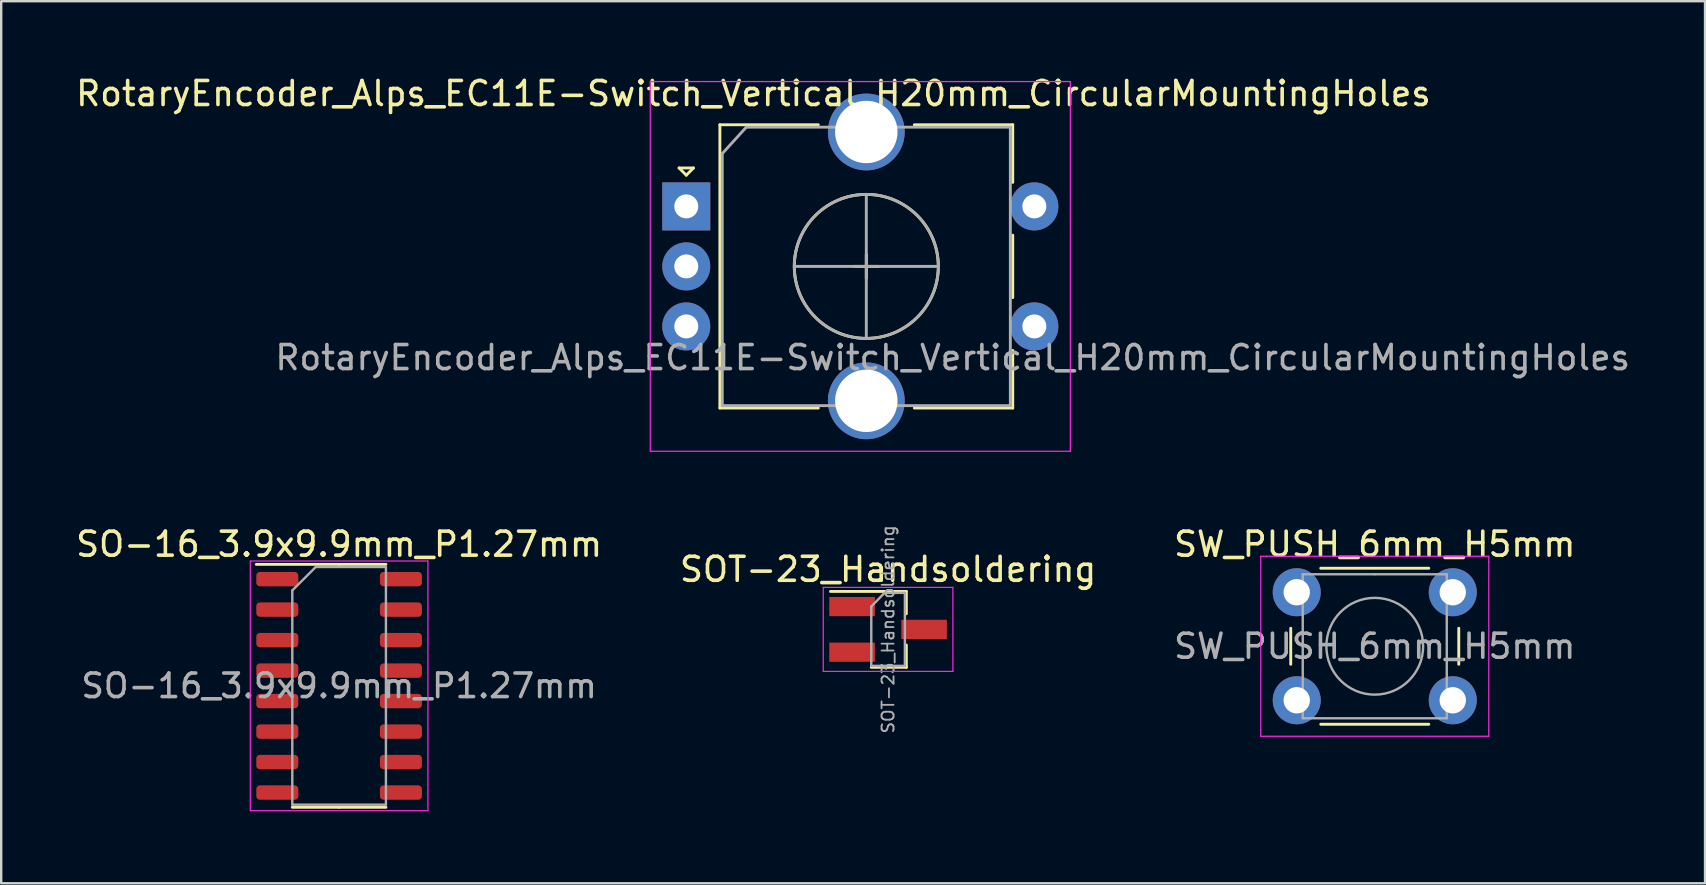
<source format=kicad_pcb>
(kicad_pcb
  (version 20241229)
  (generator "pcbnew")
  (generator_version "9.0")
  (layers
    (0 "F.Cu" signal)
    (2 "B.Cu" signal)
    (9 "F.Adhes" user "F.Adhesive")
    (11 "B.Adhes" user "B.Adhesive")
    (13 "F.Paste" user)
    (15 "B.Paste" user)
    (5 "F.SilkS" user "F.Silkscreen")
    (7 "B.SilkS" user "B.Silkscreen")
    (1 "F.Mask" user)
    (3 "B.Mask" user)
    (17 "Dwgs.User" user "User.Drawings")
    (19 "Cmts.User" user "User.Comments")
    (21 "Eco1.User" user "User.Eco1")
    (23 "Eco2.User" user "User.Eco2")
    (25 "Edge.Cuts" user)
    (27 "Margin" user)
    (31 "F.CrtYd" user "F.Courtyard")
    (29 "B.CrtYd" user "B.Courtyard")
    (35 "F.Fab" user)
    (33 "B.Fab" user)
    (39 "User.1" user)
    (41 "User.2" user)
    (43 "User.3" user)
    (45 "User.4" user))
  (footprint "SOT-23_Handsoldering"
    (layer "F.Cu")
    (at 33.946 23.169)
    (property "Reference" "SOT-23_Handsoldering" (at 0 -2.5 0) (layer "F.SilkS") (effects (font (size 1 1) (thickness 0.15))))
    (attr smd)
    (fp_line (start 0.76 -1.58) (end -2.4 -1.58) (stroke (width 0.12) (type solid)) (layer "F.SilkS"))
    (fp_line (start 0.76 -1.58) (end 0.76 -0.65) (stroke (width 0.12) (type solid)) (layer "F.SilkS"))
    (fp_line (start 0.76 1.58) (end -0.7 1.58) (stroke (width 0.12) (type solid)) (layer "F.SilkS"))
    (fp_line (start 0.76 1.58) (end 0.76 0.65) (stroke (width 0.12) (type solid)) (layer "F.SilkS"))
    (fp_line (start -2.7 -1.75) (end 2.7 -1.75) (stroke (width 0.05) (type solid)) (layer "F.CrtYd"))
    (fp_line (start -2.7 1.75) (end -2.7 -1.75) (stroke (width 0.05) (type solid)) (layer "F.CrtYd"))
    (fp_line (start 2.7 -1.75) (end 2.7 1.75) (stroke (width 0.05) (type solid)) (layer "F.CrtYd"))
    (fp_line (start 2.7 1.75) (end -2.7 1.75) (stroke (width 0.05) (type solid)) (layer "F.CrtYd"))
    (fp_line (start -0.7 -0.95) (end -0.7 1.5) (stroke (width 0.1) (type solid)) (layer "F.Fab"))
    (fp_line (start -0.7 -0.95) (end -0.15 -1.52) (stroke (width 0.1) (type solid)) (layer "F.Fab"))
    (fp_line (start -0.7 1.52) (end 0.7 1.52) (stroke (width 0.1) (type solid)) (layer "F.Fab"))
    (fp_line (start -0.15 -1.52) (end 0.7 -1.52) (stroke (width 0.1) (type solid)) (layer "F.Fab"))
    (fp_line (start 0.7 -1.52) (end 0.7 1.52) (stroke (width 0.1) (type solid)) (layer "F.Fab"))
    (fp_text user "${REFERENCE}" (at 0 0 90) (layer "F.Fab") (effects (font (size 0.5 0.5) (thickness 0.075))))
    (pad "1" smd rect (at -1.5 -0.95) (size 1.9 0.8) (layers "F.Cu" "F.Mask" "F.Paste"))
    (pad "2" smd rect (at -1.5 0.95) (size 1.9 0.8) (layers "F.Cu" "F.Mask" "F.Paste"))
    (pad "3" smd rect (at 1.5 0) (size 1.9 0.8) (layers "F.Cu" "F.Mask" "F.Paste")))
  (footprint "SO-16_3.9x9.9mm_P1.27mm"
    (layer "F.Cu")
    (at 11.077 25.521)
    (property "Reference" "SO-16_3.9x9.9mm_P1.27mm" (at 0 -5.9 0) (layer "F.SilkS") (effects (font (size 1 1) (thickness 0.15))))
    (attr smd)
    (fp_line (start 0 -5.06) (end -3.45 -5.06) (stroke (width 0.12) (type solid)) (layer "F.SilkS"))
    (fp_line (start 0 -5.06) (end 1.95 -5.06) (stroke (width 0.12) (type solid)) (layer "F.SilkS"))
    (fp_line (start 0 5.06) (end -1.95 5.06) (stroke (width 0.12) (type solid)) (layer "F.SilkS"))
    (fp_line (start 0 5.06) (end 1.95 5.06) (stroke (width 0.12) (type solid)) (layer "F.SilkS"))
    (fp_line (start -3.7 -5.2) (end -3.7 5.2) (stroke (width 0.05) (type solid)) (layer "F.CrtYd"))
    (fp_line (start -3.7 5.2) (end 3.7 5.2) (stroke (width 0.05) (type solid)) (layer "F.CrtYd"))
    (fp_line (start 3.7 -5.2) (end -3.7 -5.2) (stroke (width 0.05) (type solid)) (layer "F.CrtYd"))
    (fp_line (start 3.7 5.2) (end 3.7 -5.2) (stroke (width 0.05) (type solid)) (layer "F.CrtYd"))
    (fp_line (start -1.95 -3.975) (end -0.975 -4.95) (stroke (width 0.1) (type solid)) (layer "F.Fab"))
    (fp_line (start -1.95 4.95) (end -1.95 -3.975) (stroke (width 0.1) (type solid)) (layer "F.Fab"))
    (fp_line (start -0.975 -4.95) (end 1.95 -4.95) (stroke (width 0.1) (type solid)) (layer "F.Fab"))
    (fp_line (start 1.95 -4.95) (end 1.95 4.95) (stroke (width 0.1) (type solid)) (layer "F.Fab"))
    (fp_line (start 1.95 4.95) (end -1.95 4.95) (stroke (width 0.1) (type solid)) (layer "F.Fab"))
    (fp_text user "${REFERENCE}" (at 0 0 0) (layer "F.Fab") (effects (font (size 0.98 0.98) (thickness 0.15))))
    (pad "1" smd roundrect (at -2.575 -4.445) (size 1.75 0.6) (layers "F.Cu" "F.Mask" "F.Paste") (roundrect_rratio 0.25))
    (pad "2" smd roundrect (at -2.575 -3.175) (size 1.75 0.6) (layers "F.Cu" "F.Mask" "F.Paste") (roundrect_rratio 0.25))
    (pad "3" smd roundrect (at -2.575 -1.905) (size 1.75 0.6) (layers "F.Cu" "F.Mask" "F.Paste") (roundrect_rratio 0.25))
    (pad "4" smd roundrect (at -2.575 -0.635) (size 1.75 0.6) (layers "F.Cu" "F.Mask" "F.Paste") (roundrect_rratio 0.25))
    (pad "5" smd roundrect (at -2.575 0.635) (size 1.75 0.6) (layers "F.Cu" "F.Mask" "F.Paste") (roundrect_rratio 0.25))
    (pad "6" smd roundrect (at -2.575 1.905) (size 1.75 0.6) (layers "F.Cu" "F.Mask" "F.Paste") (roundrect_rratio 0.25))
    (pad "7" smd roundrect (at -2.575 3.175) (size 1.75 0.6) (layers "F.Cu" "F.Mask" "F.Paste") (roundrect_rratio 0.25))
    (pad "8" smd roundrect (at -2.575 4.445) (size 1.75 0.6) (layers "F.Cu" "F.Mask" "F.Paste") (roundrect_rratio 0.25))
    (pad "9" smd roundrect (at 2.575 4.445) (size 1.75 0.6) (layers "F.Cu" "F.Mask" "F.Paste") (roundrect_rratio 0.25))
    (pad "10" smd roundrect (at 2.575 3.175) (size 1.75 0.6) (layers "F.Cu" "F.Mask" "F.Paste") (roundrect_rratio 0.25))
    (pad "11" smd roundrect (at 2.575 1.905) (size 1.75 0.6) (layers "F.Cu" "F.Mask" "F.Paste") (roundrect_rratio 0.25))
    (pad "12" smd roundrect (at 2.575 0.635) (size 1.75 0.6) (layers "F.Cu" "F.Mask" "F.Paste") (roundrect_rratio 0.25))
    (pad "13" smd roundrect (at 2.575 -0.635) (size 1.75 0.6) (layers "F.Cu" "F.Mask" "F.Paste") (roundrect_rratio 0.25))
    (pad "14" smd roundrect (at 2.575 -1.905) (size 1.75 0.6) (layers "F.Cu" "F.Mask" "F.Paste") (roundrect_rratio 0.25))
    (pad "15" smd roundrect (at 2.575 -3.175) (size 1.75 0.6) (layers "F.Cu" "F.Mask" "F.Paste") (roundrect_rratio 0.25))
    (pad "16" smd roundrect (at 2.575 -4.445) (size 1.75 0.6) (layers "F.Cu" "F.Mask" "F.Paste") (roundrect_rratio 0.25)))
  (footprint "SW_PUSH_6mm_H5mm"
    (layer "F.Cu")
    (at 50.97 21.622)
    (property "Reference" "SW_PUSH_6mm_H5mm" (at 3.25 -2 0) (layer "F.SilkS") (effects (font (size 1 1) (thickness 0.15))))
    (attr through_hole)
    (fp_line (start -0.25 1.5) (end -0.25 3) (stroke (width 0.12) (type solid)) (layer "F.SilkS"))
    (fp_line (start 1 5.5) (end 5.5 5.5) (stroke (width 0.12) (type solid)) (layer "F.SilkS"))
    (fp_line (start 5.5 -1) (end 1 -1) (stroke (width 0.12) (type solid)) (layer "F.SilkS"))
    (fp_line (start 6.75 3) (end 6.75 1.5) (stroke (width 0.12) (type solid)) (layer "F.SilkS"))
    (fp_line (start -1.5 -1.5) (end -1.25 -1.5) (stroke (width 0.05) (type solid)) (layer "F.CrtYd"))
    (fp_line (start -1.5 -1.25) (end -1.5 -1.5) (stroke (width 0.05) (type solid)) (layer "F.CrtYd"))
    (fp_line (start -1.5 5.75) (end -1.5 -1.25) (stroke (width 0.05) (type solid)) (layer "F.CrtYd"))
    (fp_line (start -1.5 5.75) (end -1.5 6) (stroke (width 0.05) (type solid)) (layer "F.CrtYd"))
    (fp_line (start -1.5 6) (end -1.25 6) (stroke (width 0.05) (type solid)) (layer "F.CrtYd"))
    (fp_line (start -1.25 -1.5) (end 7.75 -1.5) (stroke (width 0.05) (type solid)) (layer "F.CrtYd"))
    (fp_line (start 7.75 -1.5) (end 8 -1.5) (stroke (width 0.05) (type solid)) (layer "F.CrtYd"))
    (fp_line (start 7.75 6) (end -1.25 6) (stroke (width 0.05) (type solid)) (layer "F.CrtYd"))
    (fp_line (start 7.75 6) (end 8 6) (stroke (width 0.05) (type solid)) (layer "F.CrtYd"))
    (fp_line (start 8 -1.5) (end 8 -1.25) (stroke (width 0.05) (type solid)) (layer "F.CrtYd"))
    (fp_line (start 8 -1.25) (end 8 5.75) (stroke (width 0.05) (type solid)) (layer "F.CrtYd"))
    (fp_line (start 8 6) (end 8 5.75) (stroke (width 0.05) (type solid)) (layer "F.CrtYd"))
    (fp_line (start 0.25 -0.75) (end 3.25 -0.75) (stroke (width 0.1) (type solid)) (layer "F.Fab"))
    (fp_line (start 0.25 5.25) (end 0.25 -0.75) (stroke (width 0.1) (type solid)) (layer "F.Fab"))
    (fp_line (start 3.25 -0.75) (end 6.25 -0.75) (stroke (width 0.1) (type solid)) (layer "F.Fab"))
    (fp_line (start 6.25 -0.75) (end 6.25 5.25) (stroke (width 0.1) (type solid)) (layer "F.Fab"))
    (fp_line (start 6.25 5.25) (end 0.25 5.25) (stroke (width 0.1) (type solid)) (layer "F.Fab"))
    (fp_circle (center 3.25 2.25) (end 1.25 2.5) (stroke (width 0.1) (type solid)) (fill no) (layer "F.Fab"))
    (fp_text user "${REFERENCE}" (at 3.25 2.25 0) (layer "F.Fab") (effects (font (size 1 1) (thickness 0.15))))
    (pad "1" thru_hole circle (at 0 0 90) (size 2 2) (drill 1.1) (layers "*.Cu" "*.Mask"))
    (pad "1" thru_hole circle (at 6.5 0 90) (size 2 2) (drill 1.1) (layers "*.Cu" "*.Mask"))
    (pad "2" thru_hole circle (at 0 4.5 90) (size 2 2) (drill 1.1) (layers "*.Cu" "*.Mask"))
    (pad "2" thru_hole circle (at 6.5 4.5 90) (size 2 2) (drill 1.1) (layers "*.Cu" "*.Mask")))
  (footprint "RotaryEncoder_Alps_EC11E-Switch_Vertical_H20mm_CircularMountingHoles"
    (layer "F.Cu")
    (at 25.539 5.548)
    (property "Reference" "RotaryEncoder_Alps_EC11E-Switch_Vertical_H20mm_CircularMountingHoles" (at 2.8 -4.7 0) (layer "F.SilkS") (effects (font (size 1 1) (thickness 0.15))))
    (attr through_hole)
    (fp_line (start -0.3 -1.6) (end 0.3 -1.6) (stroke (width 0.12) (type solid)) (layer "F.SilkS"))
    (fp_line (start 0 -1.3) (end -0.3 -1.6) (stroke (width 0.12) (type solid)) (layer "F.SilkS"))
    (fp_line (start 0.3 -1.6) (end 0 -1.3) (stroke (width 0.12) (type solid)) (layer "F.SilkS"))
    (fp_line (start 1.4 -3.4) (end 1.4 8.4) (stroke (width 0.12) (type solid)) (layer "F.SilkS"))
    (fp_line (start 5.5 -3.4) (end 1.4 -3.4) (stroke (width 0.12) (type solid)) (layer "F.SilkS"))
    (fp_line (start 5.5 8.4) (end 1.4 8.4) (stroke (width 0.12) (type solid)) (layer "F.SilkS"))
    (fp_line (start 7 2.5) (end 8 2.5) (stroke (width 0.12) (type solid)) (layer "F.SilkS"))
    (fp_line (start 7.5 2) (end 7.5 3) (stroke (width 0.12) (type solid)) (layer "F.SilkS"))
    (fp_line (start 9.5 -3.4) (end 13.6 -3.4) (stroke (width 0.12) (type solid)) (layer "F.SilkS"))
    (fp_line (start 13.6 -3.4) (end 13.6 -1) (stroke (width 0.12) (type solid)) (layer "F.SilkS"))
    (fp_line (start 13.6 1.2) (end 13.6 3.8) (stroke (width 0.12) (type solid)) (layer "F.SilkS"))
    (fp_line (start 13.6 6) (end 13.6 8.4) (stroke (width 0.12) (type solid)) (layer "F.SilkS"))
    (fp_line (start 13.6 8.4) (end 9.5 8.4) (stroke (width 0.12) (type solid)) (layer "F.SilkS"))
    (fp_circle (center 7.5 2.5) (end 10.5 2.5) (stroke (width 0.12) (type solid)) (fill no) (layer "F.SilkS"))
    (fp_line (start -1.5 -5.2) (end -1.5 10.2) (stroke (width 0.05) (type solid)) (layer "F.CrtYd"))
    (fp_line (start -1.5 -5.2) (end 16 -5.2) (stroke (width 0.05) (type solid)) (layer "F.CrtYd"))
    (fp_line (start 16 10.2) (end -1.5 10.2) (stroke (width 0.05) (type solid)) (layer "F.CrtYd"))
    (fp_line (start 16 10.2) (end 16 -5.2) (stroke (width 0.05) (type solid)) (layer "F.CrtYd"))
    (fp_line (start 1.5 -2.2) (end 2.5 -3.3) (stroke (width 0.12) (type solid)) (layer "F.Fab"))
    (fp_line (start 1.5 8.3) (end 1.5 -2.2) (stroke (width 0.12) (type solid)) (layer "F.Fab"))
    (fp_line (start 2.5 -3.3) (end 13.5 -3.3) (stroke (width 0.12) (type solid)) (layer "F.Fab"))
    (fp_line (start 4.5 2.5) (end 10.5 2.5) (stroke (width 0.12) (type solid)) (layer "F.Fab"))
    (fp_line (start 7.5 -0.5) (end 7.5 5.5) (stroke (width 0.12) (type solid)) (layer "F.Fab"))
    (fp_line (start 13.5 -3.3) (end 13.5 8.3) (stroke (width 0.12) (type solid)) (layer "F.Fab"))
    (fp_line (start 13.5 8.3) (end 1.5 8.3) (stroke (width 0.12) (type solid)) (layer "F.Fab"))
    (fp_circle (center 7.5 2.5) (end 10.5 2.5) (stroke (width 0.12) (type solid)) (fill no) (layer "F.Fab"))
    (fp_text user "${REFERENCE}" (at 11.1 6.3 0) (layer "F.Fab") (effects (font (size 1 1) (thickness 0.15))))
    (pad "A" thru_hole rect (at 0 0) (size 2 2) (drill 1) (layers "*.Cu" "*.Mask"))
    (pad "B" thru_hole circle (at 0 5) (size 2 2) (drill 1) (layers "*.Cu" "*.Mask"))
    (pad "C" thru_hole circle (at 0 2.5) (size 2 2) (drill 1) (layers "*.Cu" "*.Mask"))
    (pad "MP" thru_hole circle (at 7.5 -3.1) (size 3.2 3.2) (drill 2.6) (layers "*.Cu" "*.Mask"))
    (pad "MP" thru_hole circle (at 7.5 8.1) (size 3.2 3.2) (drill 2.6) (layers "*.Cu" "*.Mask"))
    (pad "S1" thru_hole circle (at 14.5 5) (size 2 2) (drill 1) (layers "*.Cu" "*.Mask"))
    (pad "S2" thru_hole circle (at 14.5 0) (size 2 2) (drill 1) (layers "*.Cu" "*.Mask")))
  (gr_rect
    (start -3 -3)
    (end 67.979 33.746)
    (stroke (width 0.1) (type default))
    (fill no)
    (layer "Edge.Cuts")))
</source>
